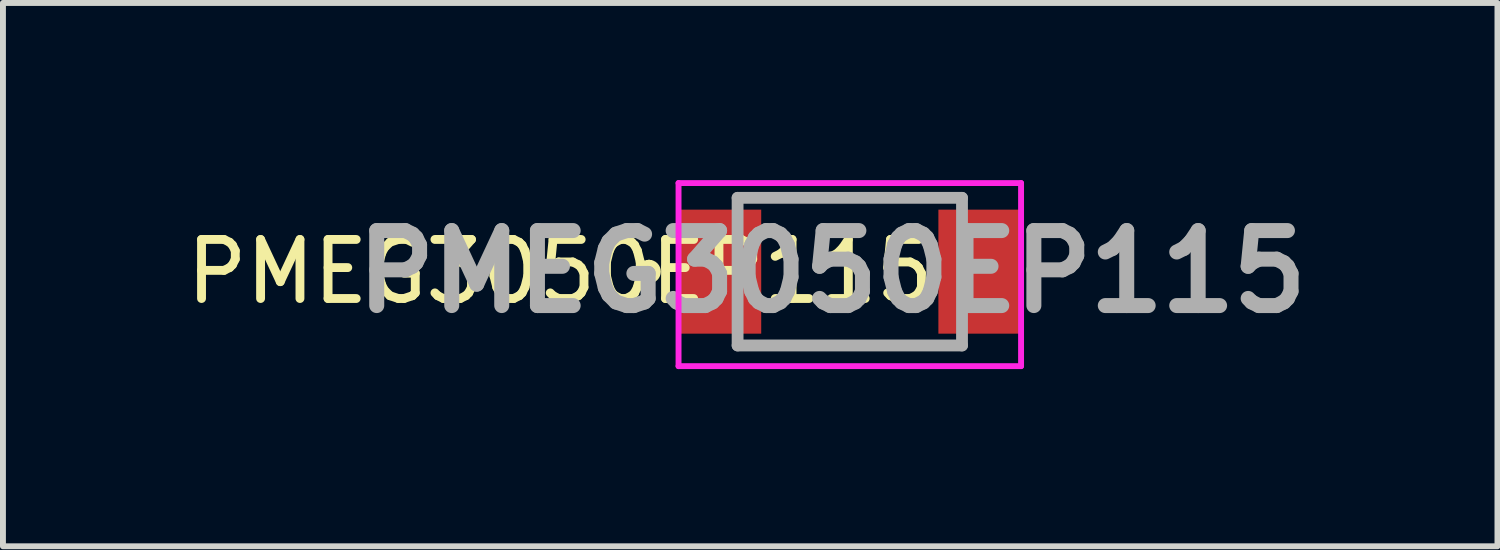
<source format=kicad_pcb>
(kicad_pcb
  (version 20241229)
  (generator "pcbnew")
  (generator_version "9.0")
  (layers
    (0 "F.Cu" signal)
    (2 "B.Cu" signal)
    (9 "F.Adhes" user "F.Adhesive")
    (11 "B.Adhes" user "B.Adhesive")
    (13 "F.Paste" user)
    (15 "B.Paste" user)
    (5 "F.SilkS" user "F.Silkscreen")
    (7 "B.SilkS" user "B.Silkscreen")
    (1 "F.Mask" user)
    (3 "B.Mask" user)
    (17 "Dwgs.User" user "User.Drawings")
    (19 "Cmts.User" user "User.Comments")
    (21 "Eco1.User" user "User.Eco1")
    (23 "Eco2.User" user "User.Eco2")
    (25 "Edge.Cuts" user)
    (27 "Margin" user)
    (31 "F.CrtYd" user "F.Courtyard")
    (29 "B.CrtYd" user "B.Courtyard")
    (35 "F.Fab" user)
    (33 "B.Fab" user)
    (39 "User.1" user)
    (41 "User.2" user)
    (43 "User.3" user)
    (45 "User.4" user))
  (footprint "PMEG3050EP115"
    (layer "F.Cu")
    (at 11.34 1.55)
    (property "Reference" "PMEG3050EP115" (at -4.906 0 180) (layer "F.SilkS") (effects (font (size 1 1) (thickness 0.15))))
    (attr smd)
    (fp_line (start -3.4 -0.1) (end -3.4 -0.1) (stroke (width 0.2) (type solid)) (layer "F.SilkS"))
    (fp_line (start -3.4 0.1) (end -3.4 0.1) (stroke (width 0.2) (type solid)) (layer "F.SilkS"))
    (fp_line (start -1.9 -1.25) (end 1.9 -1.25) (stroke (width 0.1) (type solid)) (layer "F.SilkS"))
    (fp_line (start -1.9 1.25) (end 1.9 1.25) (stroke (width 0.1) (type solid)) (layer "F.SilkS"))
    (fp_arc (start -3.4 -0.1) (mid -3.3 0) (end -3.4 0.1) (stroke (width 0.2) (type solid)) (layer "F.SilkS"))
    (fp_arc (start -3.4 0.1) (mid -3.5 0) (end -3.4 -0.1) (stroke (width 0.2) (type solid)) (layer "F.SilkS"))
    (fp_line (start -2.9 -1.5) (end 2.9 -1.5) (stroke (width 0.1) (type solid)) (layer "F.CrtYd"))
    (fp_line (start -2.9 1.6) (end -2.9 -1.5) (stroke (width 0.1) (type solid)) (layer "F.CrtYd"))
    (fp_line (start 2.9 -1.5) (end 2.9 1.6) (stroke (width 0.1) (type solid)) (layer "F.CrtYd"))
    (fp_line (start 2.9 1.6) (end -2.9 1.6) (stroke (width 0.1) (type solid)) (layer "F.CrtYd"))
    (fp_line (start -1.9 -1.25) (end 1.9 -1.25) (stroke (width 0.2) (type solid)) (layer "F.Fab"))
    (fp_line (start -1.9 1.25) (end -1.9 -1.25) (stroke (width 0.2) (type solid)) (layer "F.Fab"))
    (fp_line (start 1.9 -1.25) (end 1.9 1.25) (stroke (width 0.2) (type solid)) (layer "F.Fab"))
    (fp_line (start 1.9 1.25) (end -1.9 1.25) (stroke (width 0.2) (type solid)) (layer "F.Fab"))
    (fp_text user "${REFERENCE}" (at -0.3 0 180) (layer "F.Fab") (effects (font (size 1.27 1.27) (thickness 0.254))))
    (pad "1" smd rect (at -2.2 0) (size 1.4 2.1) (layers "F.Cu" "F.Mask" "F.Paste"))
    (pad "2" smd rect (at 2.2 0) (size 1.4 2.1) (layers "F.Cu" "F.Mask" "F.Paste")))
  (gr_rect
    (start -3 -3)
    (end 22.307 6.2)
    (stroke (width 0.1) (type default))
    (fill no)
    (layer "Edge.Cuts")))
</source>
